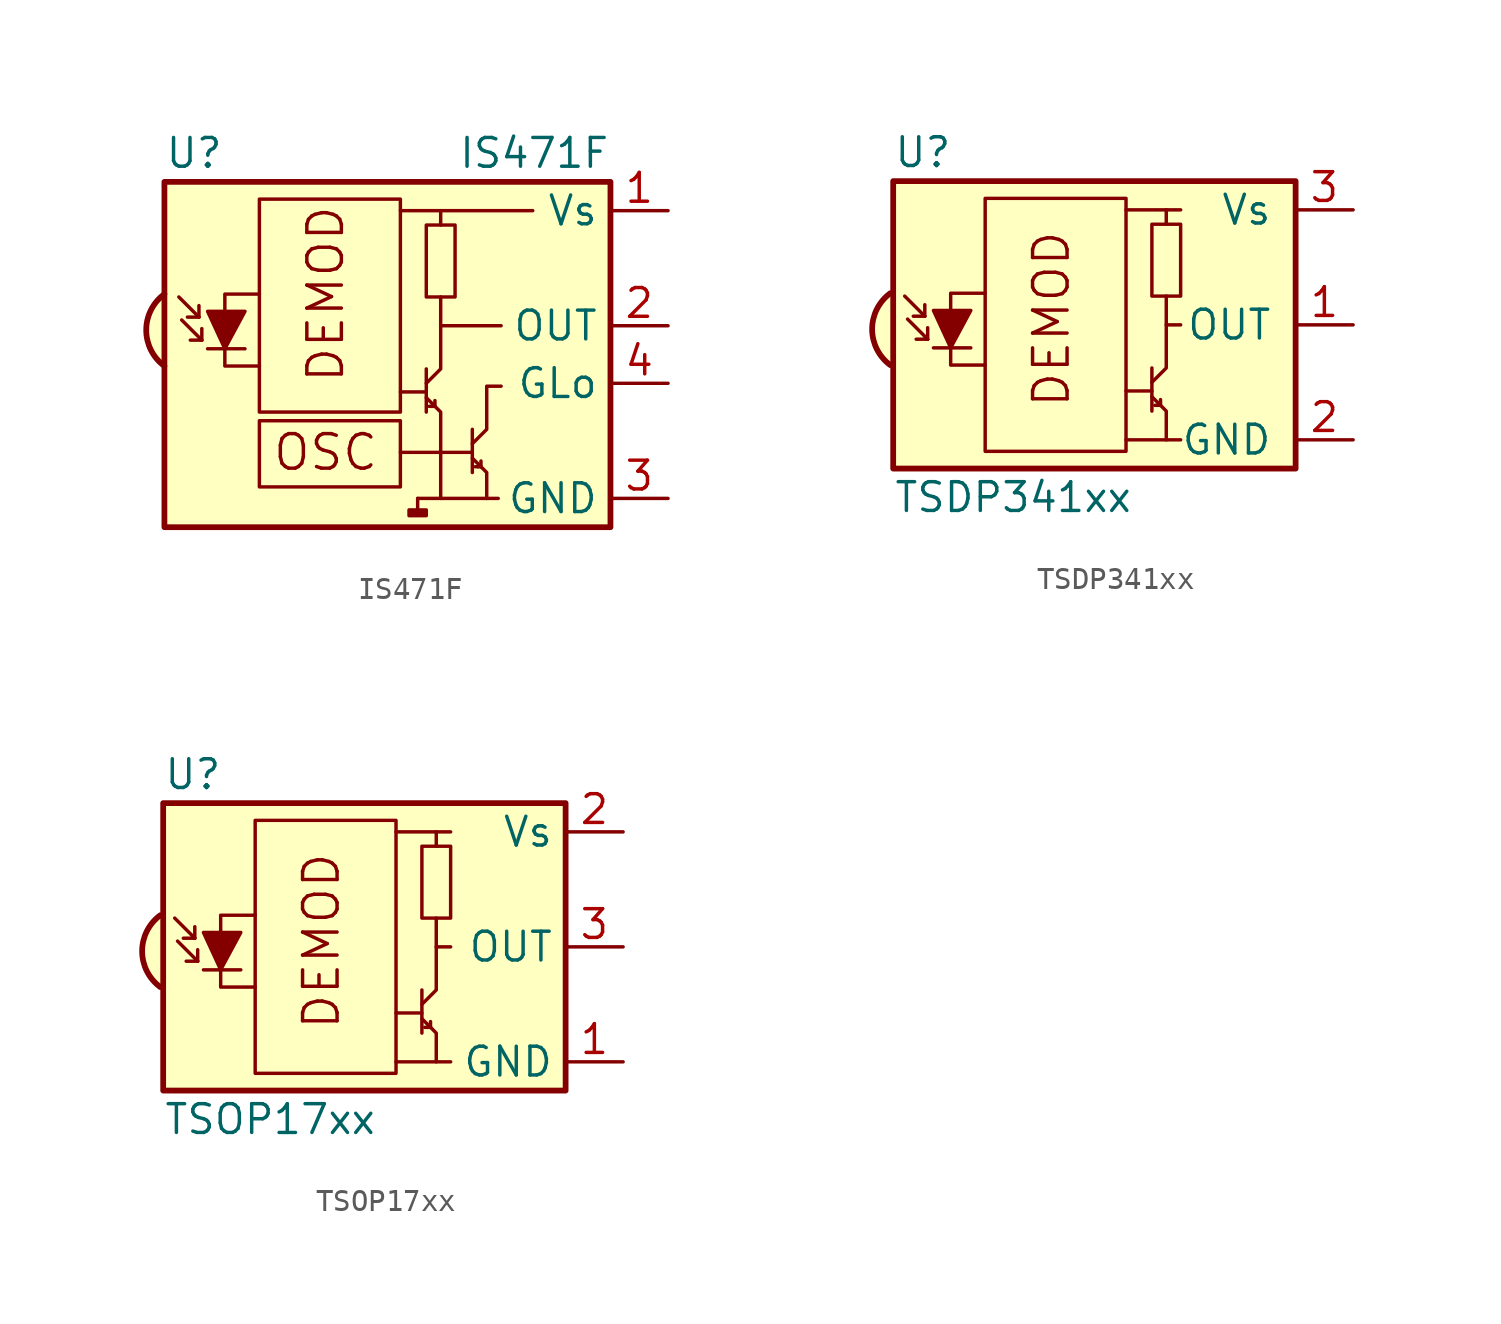
<source format=kicad_sym>
(kicad_symbol_lib
  (version 20211014)
  (generator kicad_symbol_editor)
  (symbol "IS471F"
    (property "Reference" "U"
      (at -12.065 7.62 0)
      (effects (font (size 1.27 1.27)) (justify left)))
    (property "Value" "IS471F"
      (at 7.62 7.62 0)
      (effects (font (size 1.27 1.27)) (justify right)))
    (symbol "IS471F_0_0"
      (arc (start -12.065 1.397) (mid -12.8679 -0.1905) (end -12.065 -1.778) (stroke (width 0.254) (type default) (color 0 0 0 0)) (fill (type background)))
      (rectangle (start -7.874 -4.191) (end -1.651 -7.112) (stroke (width 0) (type default) (color 0 0 0 0)) (fill (type none)))
      (rectangle (start -1.27 -8.128) (end -0.508 -8.382) (stroke (width 0) (type default) (color 0 0 0 0)) (fill (type outline)))
      (polyline (pts (xy -0.889 -7.62) (xy -0.889 -8.128)) (stroke (width 0) (type default) (color 0 0 0 0)) (fill (type none)))
      (polyline (pts (xy 0.127 5.08) (xy -1.651 5.08)) (stroke (width 0) (type default) (color 0 0 0 0)) (fill (type none)))
      (polyline (pts (xy 2.667 -7.62) (xy -0.889 -7.62)) (stroke (width 0) (type default) (color 0 0 0 0)) (fill (type none)))
      (polyline (pts (xy -0.508 -3.175) (xy 0.127 -3.81) (xy 0.127 -7.62)) (stroke (width 0) (type default) (color 0 0 0 0)) (fill (type none)))
      (polyline (pts (xy 1.524 -5.842) (xy 2.159 -6.477) (xy 2.159 -7.62)) (stroke (width 0) (type default) (color 0 0 0 0)) (fill (type none)))
      (text "DEMOD" (at -4.953 1.397 900) (effects (font (size 1.524 1.524))))
      (text "OSC" (at -4.953 -5.588 0) (effects (font (size 1.524 1.524)))))
    (symbol "IS471F_0_1"
      (rectangle (start -7.874 5.588) (end -1.651 -3.81) (stroke (width 0) (type default) (color 0 0 0 0)) (fill (type none)))
      (polyline (pts (xy -10.541 0.381) (xy -11.43 1.27)) (stroke (width 0) (type default) (color 0 0 0 0)) (fill (type none)))
      (polyline (pts (xy -10.541 0.381) (xy -11.049 0.381)) (stroke (width 0) (type default) (color 0 0 0 0)) (fill (type none)))
      (polyline (pts (xy -10.541 0.381) (xy -10.541 0.889)) (stroke (width 0) (type default) (color 0 0 0 0)) (fill (type none)))
      (polyline (pts (xy -10.414 -0.635) (xy -11.303 0.254)) (stroke (width 0) (type default) (color 0 0 0 0)) (fill (type none)))
      (polyline (pts (xy -10.414 -0.635) (xy -10.922 -0.635)) (stroke (width 0) (type default) (color 0 0 0 0)) (fill (type none)))
      (polyline (pts (xy -10.414 -0.635) (xy -10.414 -0.127)) (stroke (width 0) (type default) (color 0 0 0 0)) (fill (type none)))
      (polyline (pts (xy -10.16 -1.016) (xy -8.509 -1.016)) (stroke (width 0) (type default) (color 0 0 0 0)) (fill (type none)))
      (polyline (pts (xy -0.508 -2.921) (xy -1.651 -2.921)) (stroke (width 0) (type default) (color 0 0 0 0)) (fill (type none)))
      (polyline (pts (xy -0.508 -1.905) (xy -0.508 -3.81)) (stroke (width 0) (type default) (color 0 0 0 0)) (fill (type none)))
      (polyline (pts (xy -0.381 -3.556) (xy -0.254 -3.556)) (stroke (width 0) (type default) (color 0 0 0 0)) (fill (type none)))
      (polyline (pts (xy -0.127 -3.556) (xy -0.254 -3.556)) (stroke (width 0) (type default) (color 0 0 0 0)) (fill (type none)))
      (polyline (pts (xy -0.127 -3.556) (xy -0.127 -3.302)) (stroke (width 0) (type default) (color 0 0 0 0)) (fill (type none)))
      (polyline (pts (xy 0.127 0) (xy 0.127 1.27)) (stroke (width 0) (type default) (color 0 0 0 0)) (fill (type none)))
      (polyline (pts (xy 1.524 -5.588) (xy -1.651 -5.588)) (stroke (width 0) (type default) (color 0 0 0 0)) (fill (type none)))
      (polyline (pts (xy 1.524 -4.572) (xy 1.524 -6.477)) (stroke (width 0) (type default) (color 0 0 0 0)) (fill (type none)))
      (polyline (pts (xy 1.651 -6.223) (xy 1.778 -6.223)) (stroke (width 0) (type default) (color 0 0 0 0)) (fill (type none)))
      (polyline (pts (xy 1.905 -6.223) (xy 1.778 -6.223)) (stroke (width 0) (type default) (color 0 0 0 0)) (fill (type none)))
      (polyline (pts (xy 1.905 -6.223) (xy 1.905 -5.969)) (stroke (width 0) (type default) (color 0 0 0 0)) (fill (type none)))
      (polyline (pts (xy 0.127 4.445) (xy 0.127 5.08) (xy 4.191 5.08)) (stroke (width 0) (type default) (color 0 0 0 0)) (fill (type none)))
      (polyline (pts (xy -10.16 0.635) (xy -8.509 0.635) (xy -9.398 -1.016) (xy -10.16 0.635)) (stroke (width 0) (type default) (color 0 0 0 0)) (fill (type outline)))
      (polyline (pts (xy -7.874 1.397) (xy -9.398 1.397) (xy -9.398 -1.778) (xy -7.874 -1.778)) (stroke (width 0) (type default) (color 0 0 0 0)) (fill (type none)))
      (polyline (pts (xy -0.508 -2.54) (xy 0.127 -1.905) (xy 0.127 0) (xy 2.794 0)) (stroke (width 0) (type default) (color 0 0 0 0)) (fill (type none)))
      (polyline (pts (xy 1.524 -5.207) (xy 2.159 -4.572) (xy 2.159 -2.667) (xy 2.794 -2.667)) (stroke (width 0) (type default) (color 0 0 0 0)) (fill (type none)))
      (rectangle (start 0.762 1.27) (end -0.508 4.445) (stroke (width 0) (type default) (color 0 0 0 0)) (fill (type none)))
      (rectangle (start 7.62 6.35) (end -12.065 -8.89) (stroke (width 0.254) (type default) (color 0 0 0 0)) (fill (type background))))
    (symbol "IS471F_1_1"
      (pin power_in line (at 10.16 5.08 180) (length 2.54) (name "Vs" (effects (font (size 1.27 1.27)))) (number "1" (effects (font (size 1.27 1.27)))))
      (pin output line (at 10.16 0 180) (length 2.54) (name "OUT" (effects (font (size 1.27 1.27)))) (number "2" (effects (font (size 1.27 1.27)))))
      (pin power_in line (at 10.16 -7.62 180) (length 2.54) (name "GND" (effects (font (size 1.27 1.27)))) (number "3" (effects (font (size 1.27 1.27)))))
      (pin open_collector line (at 10.16 -2.54 180) (length 2.54) (name "GLo" (effects (font (size 1.27 1.27)))) (number "4" (effects (font (size 1.27 1.27)))))))
  (symbol "TSDP341xx"
    (pin_names
      (offset 1.016))
    (property "Reference" "U"
      (at -10.16 7.62 0)
      (effects (font (size 1.27 1.27)) (justify left)))
    (property "Value" "TSDP341xx"
      (at -10.16 -7.62 0)
      (effects (font (size 1.27 1.27)) (justify left)))
    (symbol "TSDP341xx_0_0"
      (arc (start -10.287 1.397) (mid -11.0899 -0.1905) (end -10.287 -1.778) (stroke (width 0.254) (type default) (color 0 0 0 0)) (fill (type background)))
      (polyline (pts (xy 1.905 -5.08) (xy 0.127 -5.08)) (stroke (width 0) (type default) (color 0 0 0 0)) (fill (type none)))
      (polyline (pts (xy 1.905 5.08) (xy 0.127 5.08)) (stroke (width 0) (type default) (color 0 0 0 0)) (fill (type none)))
      (text "DEMOD" (at -3.175 0.254 900) (effects (font (size 1.524 1.524)))))
    (symbol "TSDP341xx_0_1"
      (rectangle (start -6.096 5.588) (end 0.127 -5.588) (stroke (width 0) (type default) (color 0 0 0 0)) (fill (type none)))
      (polyline (pts (xy -8.763 0.381) (xy -9.652 1.27)) (stroke (width 0) (type default) (color 0 0 0 0)) (fill (type none)))
      (polyline (pts (xy -8.763 0.381) (xy -9.271 0.381)) (stroke (width 0) (type default) (color 0 0 0 0)) (fill (type none)))
      (polyline (pts (xy -8.763 0.381) (xy -8.763 0.889)) (stroke (width 0) (type default) (color 0 0 0 0)) (fill (type none)))
      (polyline (pts (xy -8.636 -0.635) (xy -9.525 0.254)) (stroke (width 0) (type default) (color 0 0 0 0)) (fill (type none)))
      (polyline (pts (xy -8.636 -0.635) (xy -9.144 -0.635)) (stroke (width 0) (type default) (color 0 0 0 0)) (fill (type none)))
      (polyline (pts (xy -8.636 -0.635) (xy -8.636 -0.127)) (stroke (width 0) (type default) (color 0 0 0 0)) (fill (type none)))
      (polyline (pts (xy -8.382 -1.016) (xy -6.731 -1.016)) (stroke (width 0) (type default) (color 0 0 0 0)) (fill (type none)))
      (polyline (pts (xy 1.27 -2.921) (xy 0.127 -2.921)) (stroke (width 0) (type default) (color 0 0 0 0)) (fill (type none)))
      (polyline (pts (xy 1.27 -1.905) (xy 1.27 -3.81)) (stroke (width 0) (type default) (color 0 0 0 0)) (fill (type none)))
      (polyline (pts (xy 1.397 -3.556) (xy 1.524 -3.556)) (stroke (width 0) (type default) (color 0 0 0 0)) (fill (type none)))
      (polyline (pts (xy 1.651 -3.556) (xy 1.524 -3.556)) (stroke (width 0) (type default) (color 0 0 0 0)) (fill (type none)))
      (polyline (pts (xy 1.651 -3.556) (xy 1.651 -3.302)) (stroke (width 0) (type default) (color 0 0 0 0)) (fill (type none)))
      (polyline (pts (xy 1.905 0) (xy 1.905 1.27)) (stroke (width 0) (type default) (color 0 0 0 0)) (fill (type none)))
      (polyline (pts (xy 1.905 4.445) (xy 1.905 5.08) (xy 2.54 5.08)) (stroke (width 0) (type default) (color 0 0 0 0)) (fill (type none)))
      (polyline (pts (xy -8.382 0.635) (xy -6.731 0.635) (xy -7.62 -1.016) (xy -8.382 0.635)) (stroke (width 0) (type default) (color 0 0 0 0)) (fill (type outline)))
      (polyline (pts (xy -6.096 1.397) (xy -7.62 1.397) (xy -7.62 -1.778) (xy -6.096 -1.778)) (stroke (width 0) (type default) (color 0 0 0 0)) (fill (type none)))
      (polyline (pts (xy 1.27 -3.175) (xy 1.905 -3.81) (xy 1.905 -5.08) (xy 2.54 -5.08)) (stroke (width 0) (type default) (color 0 0 0 0)) (fill (type none)))
      (polyline (pts (xy 1.27 -2.54) (xy 1.905 -1.905) (xy 1.905 0) (xy 2.54 0)) (stroke (width 0) (type default) (color 0 0 0 0)) (fill (type none)))
      (rectangle (start 2.54 1.27) (end 1.27 4.445) (stroke (width 0) (type default) (color 0 0 0 0)) (fill (type none)))
      (rectangle (start 7.62 6.35) (end -10.16 -6.35) (stroke (width 0.254) (type default) (color 0 0 0 0)) (fill (type background))))
    (symbol "TSDP341xx_1_1"
      (pin output line (at 10.16 0 180) (length 2.54) (name "OUT" (effects (font (size 1.27 1.27)))) (number "1" (effects (font (size 1.27 1.27)))))
      (pin power_in line (at 10.16 -5.08 180) (length 2.54) (name "GND" (effects (font (size 1.27 1.27)))) (number "2" (effects (font (size 1.27 1.27)))))
      (pin power_in line (at 10.16 5.08 180) (length 2.54) (name "Vs" (effects (font (size 1.27 1.27)))) (number "3" (effects (font (size 1.27 1.27)))))))
  (symbol "TSOP17xx"
    (property "Reference" "U"
      (at -10.16 7.62 0)
      (effects (font (size 1.27 1.27)) (justify left)))
    (property "Value" "TSOP17xx"
      (at -10.16 -7.62 0)
      (effects (font (size 1.27 1.27)) (justify left)))
    (symbol "TSOP17xx_0_0"
      (arc (start -10.287 1.397) (mid -11.0899 -0.1905) (end -10.287 -1.778) (stroke (width 0.254) (type default) (color 0 0 0 0)) (fill (type background)))
      (polyline (pts (xy 1.905 -5.08) (xy 0.127 -5.08)) (stroke (width 0) (type default) (color 0 0 0 0)) (fill (type none)))
      (polyline (pts (xy 1.905 5.08) (xy 0.127 5.08)) (stroke (width 0) (type default) (color 0 0 0 0)) (fill (type none)))
      (text "DEMOD" (at -3.175 0.254 900) (effects (font (size 1.524 1.524)))))
    (symbol "TSOP17xx_0_1"
      (rectangle (start -6.096 5.588) (end 0.127 -5.588) (stroke (width 0) (type default) (color 0 0 0 0)) (fill (type none)))
      (polyline (pts (xy -8.763 0.381) (xy -9.652 1.27)) (stroke (width 0) (type default) (color 0 0 0 0)) (fill (type none)))
      (polyline (pts (xy -8.763 0.381) (xy -9.271 0.381)) (stroke (width 0) (type default) (color 0 0 0 0)) (fill (type none)))
      (polyline (pts (xy -8.763 0.381) (xy -8.763 0.889)) (stroke (width 0) (type default) (color 0 0 0 0)) (fill (type none)))
      (polyline (pts (xy -8.636 -0.635) (xy -9.525 0.254)) (stroke (width 0) (type default) (color 0 0 0 0)) (fill (type none)))
      (polyline (pts (xy -8.636 -0.635) (xy -9.144 -0.635)) (stroke (width 0) (type default) (color 0 0 0 0)) (fill (type none)))
      (polyline (pts (xy -8.636 -0.635) (xy -8.636 -0.127)) (stroke (width 0) (type default) (color 0 0 0 0)) (fill (type none)))
      (polyline (pts (xy -8.382 -1.016) (xy -6.731 -1.016)) (stroke (width 0) (type default) (color 0 0 0 0)) (fill (type none)))
      (polyline (pts (xy 1.27 -2.921) (xy 0.127 -2.921)) (stroke (width 0) (type default) (color 0 0 0 0)) (fill (type none)))
      (polyline (pts (xy 1.27 -1.905) (xy 1.27 -3.81)) (stroke (width 0) (type default) (color 0 0 0 0)) (fill (type none)))
      (polyline (pts (xy 1.397 -3.556) (xy 1.524 -3.556)) (stroke (width 0) (type default) (color 0 0 0 0)) (fill (type none)))
      (polyline (pts (xy 1.651 -3.556) (xy 1.524 -3.556)) (stroke (width 0) (type default) (color 0 0 0 0)) (fill (type none)))
      (polyline (pts (xy 1.651 -3.556) (xy 1.651 -3.302)) (stroke (width 0) (type default) (color 0 0 0 0)) (fill (type none)))
      (polyline (pts (xy 1.905 0) (xy 1.905 1.27)) (stroke (width 0) (type default) (color 0 0 0 0)) (fill (type none)))
      (polyline (pts (xy 1.905 4.445) (xy 1.905 5.08) (xy 2.54 5.08)) (stroke (width 0) (type default) (color 0 0 0 0)) (fill (type none)))
      (polyline (pts (xy -8.382 0.635) (xy -6.731 0.635) (xy -7.62 -1.016) (xy -8.382 0.635)) (stroke (width 0) (type default) (color 0 0 0 0)) (fill (type outline)))
      (polyline (pts (xy -6.096 1.397) (xy -7.62 1.397) (xy -7.62 -1.778) (xy -6.096 -1.778)) (stroke (width 0) (type default) (color 0 0 0 0)) (fill (type none)))
      (polyline (pts (xy 1.27 -3.175) (xy 1.905 -3.81) (xy 1.905 -5.08) (xy 2.54 -5.08)) (stroke (width 0) (type default) (color 0 0 0 0)) (fill (type none)))
      (polyline (pts (xy 1.27 -2.54) (xy 1.905 -1.905) (xy 1.905 0) (xy 2.54 0)) (stroke (width 0) (type default) (color 0 0 0 0)) (fill (type none)))
      (rectangle (start 2.54 1.27) (end 1.27 4.445) (stroke (width 0) (type default) (color 0 0 0 0)) (fill (type none)))
      (rectangle (start 7.62 6.35) (end -10.16 -6.35) (stroke (width 0.254) (type default) (color 0 0 0 0)) (fill (type background))))
    (symbol "TSOP17xx_1_1"
      (pin power_in line (at 10.16 -5.08 180) (length 2.54) (name "GND" (effects (font (size 1.27 1.27)))) (number "1" (effects (font (size 1.27 1.27)))))
      (pin power_in line (at 10.16 5.08 180) (length 2.54) (name "Vs" (effects (font (size 1.27 1.27)))) (number "2" (effects (font (size 1.27 1.27)))))
      (pin output line (at 10.16 0 180) (length 2.54) (name "OUT" (effects (font (size 1.27 1.27)))) (number "3" (effects (font (size 1.27 1.27))))))))
</source>
